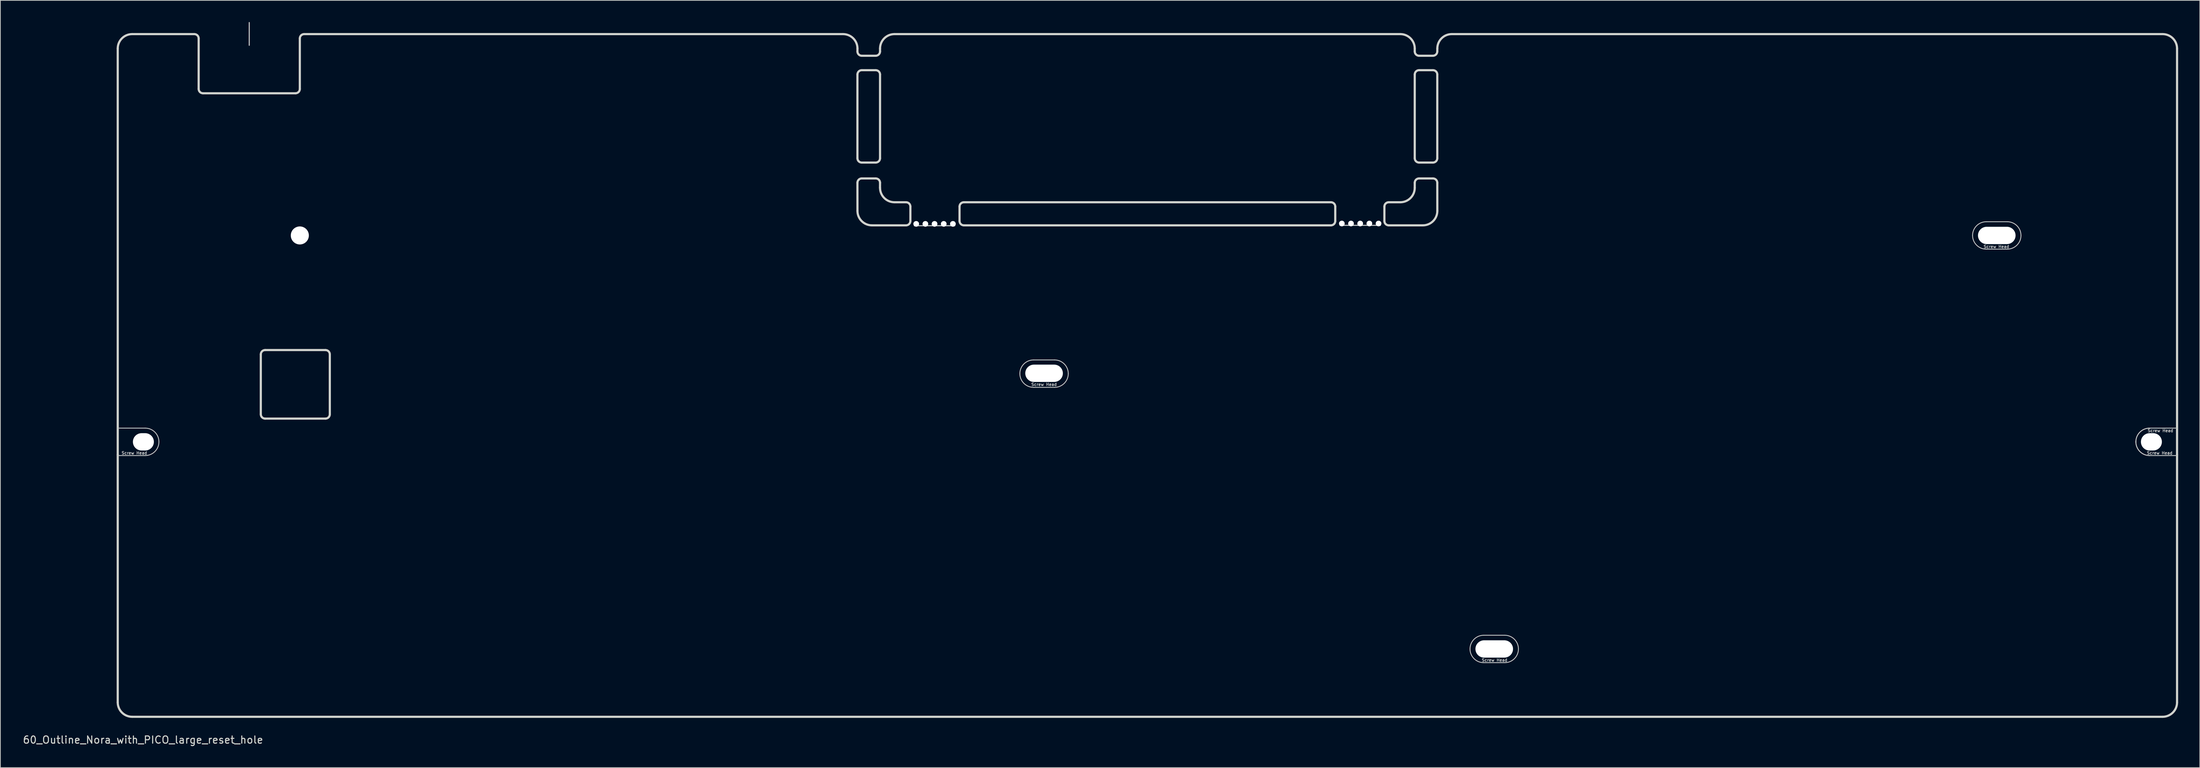
<source format=kicad_pcb>
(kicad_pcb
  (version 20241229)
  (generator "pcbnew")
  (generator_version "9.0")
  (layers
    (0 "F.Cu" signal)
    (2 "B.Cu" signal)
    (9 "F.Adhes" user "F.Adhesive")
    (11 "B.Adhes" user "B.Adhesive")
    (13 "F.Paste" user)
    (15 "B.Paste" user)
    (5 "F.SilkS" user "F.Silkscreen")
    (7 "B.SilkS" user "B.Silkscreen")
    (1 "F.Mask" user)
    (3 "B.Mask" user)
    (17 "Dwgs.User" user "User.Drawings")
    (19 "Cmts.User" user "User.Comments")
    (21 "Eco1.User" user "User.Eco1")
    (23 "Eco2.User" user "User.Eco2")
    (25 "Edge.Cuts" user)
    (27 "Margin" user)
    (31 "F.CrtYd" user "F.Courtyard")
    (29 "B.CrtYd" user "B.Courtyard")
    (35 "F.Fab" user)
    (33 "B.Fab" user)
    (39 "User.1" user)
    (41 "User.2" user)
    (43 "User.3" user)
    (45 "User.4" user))
  (footprint "60_Outline_Nora_with_PICO_large_reset_hole"
    (layer "F.Cu")
    (at 155.744 48.975)
    (property "Reference" "60_Outline_Nora_with_PICO_large_reset_hole" (at -139 50.5 0) (layer "Edge.Cuts") (effects (font (size 1 1) (thickness 0.15))))
    (attr through_hole)
    (fp_line (start -142.5 7.3) (end -138.7 7.3) (stroke (width 0.12) (type solid)) (layer "Dwgs.User"))
    (fp_line (start -142.5 11.1) (end -138.7 11.1) (stroke (width 0.12) (type solid)) (layer "Dwgs.User"))
    (fp_line (start -124.3 -48.9) (end -124.3 -45.75) (stroke (width 0.15) (type solid)) (layer "Dwgs.User"))
    (fp_line (start -32.25 -20.75) (end -26.662 -20.75) (stroke (width 0.15) (type solid)) (layer "Dwgs.User"))
    (fp_line (start -15.75 -2.15) (end -12.85 -2.15) (stroke (width 0.12) (type solid)) (layer "Dwgs.User"))
    (fp_line (start -15.75 1.65) (end -12.85 1.65) (stroke (width 0.12) (type solid)) (layer "Dwgs.User"))
    (fp_line (start 26.656 -20.8) (end 32.244 -20.8) (stroke (width 0.15) (type solid)) (layer "Dwgs.User"))
    (fp_line (start 46.55 36) (end 49.45 36) (stroke (width 0.12) (type solid)) (layer "Dwgs.User"))
    (fp_line (start 46.55 39.8) (end 49.45 39.8) (stroke (width 0.12) (type solid)) (layer "Dwgs.User"))
    (fp_line (start 116.1 -21.3) (end 119 -21.3) (stroke (width 0.12) (type solid)) (layer "Dwgs.User"))
    (fp_line (start 116.1 -17.5) (end 119 -17.5) (stroke (width 0.12) (type solid)) (layer "Dwgs.User"))
    (fp_line (start 138.7 7.3) (end 142.5 7.3) (stroke (width 0.12) (type solid)) (layer "Dwgs.User"))
    (fp_line (start 138.7 11.1) (end 142.5 11.1) (stroke (width 0.12) (type solid)) (layer "Dwgs.User"))
    (fp_arc (start -138.7 7.3) (mid -137.356497 7.856497) (end -136.8 9.2) (stroke (width 0.12) (type solid)) (layer "Dwgs.User"))
    (fp_arc (start -136.8 9.2) (mid -137.356497 10.543503) (end -138.7 11.1) (stroke (width 0.12) (type solid)) (layer "Dwgs.User"))
    (fp_arc (start -17.65 -0.25) (mid -17.093503 -1.593503) (end -15.75 -2.15) (stroke (width 0.12) (type solid)) (layer "Dwgs.User"))
    (fp_arc (start -15.75 1.65) (mid -17.093503 1.093503) (end -17.65 -0.25) (stroke (width 0.12) (type solid)) (layer "Dwgs.User"))
    (fp_arc (start -12.85 -2.15) (mid -11.506497 -1.593503) (end -10.95 -0.25) (stroke (width 0.12) (type solid)) (layer "Dwgs.User"))
    (fp_arc (start -10.95 -0.25) (mid -11.506497 1.093503) (end -12.85 1.65) (stroke (width 0.12) (type solid)) (layer "Dwgs.User"))
    (fp_arc (start 44.65 37.9) (mid 45.206497 36.556497) (end 46.55 36) (stroke (width 0.12) (type solid)) (layer "Dwgs.User"))
    (fp_arc (start 46.55 39.8) (mid 45.206497 39.243503) (end 44.65 37.9) (stroke (width 0.12) (type solid)) (layer "Dwgs.User"))
    (fp_arc (start 49.45 36) (mid 50.793503 36.556497) (end 51.35 37.9) (stroke (width 0.12) (type solid)) (layer "Dwgs.User"))
    (fp_arc (start 51.35 37.9) (mid 50.793503 39.243503) (end 49.45 39.8) (stroke (width 0.12) (type solid)) (layer "Dwgs.User"))
    (fp_arc (start 114.2 -19.4) (mid 114.756497 -20.743503) (end 116.1 -21.3) (stroke (width 0.12) (type solid)) (layer "Dwgs.User"))
    (fp_arc (start 116.1 -17.5) (mid 114.756497 -18.056497) (end 114.2 -19.4) (stroke (width 0.12) (type solid)) (layer "Dwgs.User"))
    (fp_arc (start 119 -21.3) (mid 120.343503 -20.743503) (end 120.9 -19.4) (stroke (width 0.12) (type solid)) (layer "Dwgs.User"))
    (fp_arc (start 120.9 -19.4) (mid 120.343503 -18.056497) (end 119 -17.5) (stroke (width 0.12) (type solid)) (layer "Dwgs.User"))
    (fp_arc (start 136.8 9.2) (mid 137.356497 7.856497) (end 138.7 7.3) (stroke (width 0.12) (type solid)) (layer "Dwgs.User"))
    (fp_arc (start 136.8 9.2) (mid 137.356497 7.856497) (end 138.7 7.3) (stroke (width 0.12) (type solid)) (layer "Dwgs.User"))
    (fp_arc (start 138.7 11.1) (mid 137.356497 10.543503) (end 136.8 9.2) (stroke (width 0.12) (type solid)) (layer "Dwgs.User"))
    (fp_arc (start 138.7 11.1) (mid 137.356497 10.543503) (end 136.8 9.2) (stroke (width 0.12) (type solid)) (layer "Dwgs.User"))
    (fp_line (start -132.3 -47.3) (end -124.3 -47.3) (stroke (width 0.12) (type solid)) (layer "Eco1.User"))
    (fp_line (start -124.3 -47.3) (end -116.3 -47.3) (stroke (width 0.12) (type solid)) (layer "Eco1.User"))
    (fp_line (start -58.65 45.025) (end -58.65 40.025) (stroke (width 0.12) (type solid)) (layer "Eco1.User"))
    (fp_line (start -55.895 42.525) (end -61.395 42.525) (stroke (width 0.12) (type solid)) (layer "Eco1.User"))
    (fp_line (start -51.125 -43.075) (end -44.125 -43.075) (stroke (width 0.12) (type solid)) (layer "Eco1.User"))
    (fp_line (start -47.625 -40.8) (end -47.625 -45.8) (stroke (width 0.12) (type solid)) (layer "Eco1.User"))
    (fp_line (start 42.895 45.025) (end 42.895 40.025) (stroke (width 0.12) (type solid)) (layer "Eco1.User"))
    (fp_line (start 45.325 -43.075) (end 50.125 -43.075) (stroke (width 0.12) (type solid)) (layer "Eco1.User"))
    (fp_line (start 45.65 42.525) (end 40.15 42.525) (stroke (width 0.12) (type solid)) (layer "Eco1.User"))
    (fp_line (start 47.62 -40.5) (end 47.62 -45.5) (stroke (width 0.12) (type solid)) (layer "Eco1.User"))
    (fp_line (start 81.245 45.025) (end 81.245 40.025) (stroke (width 0.12) (type solid)) (layer "Eco1.User"))
    (fp_line (start 84 42.525) (end 78.5 42.525) (stroke (width 0.12) (type solid)) (layer "Eco1.User"))
    (fp_line (start -142.5 11) (end -142.5 -45.3) (stroke (width 0.3) (type solid)) (layer "Edge.Cuts"))
    (fp_line (start -142.5 45.3) (end -142.5 11) (stroke (width 0.3) (type solid)) (layer "Edge.Cuts"))
    (fp_line (start -131.9 -47.3) (end -140.5 -47.3) (stroke (width 0.3) (type solid)) (layer "Edge.Cuts"))
    (fp_line (start -131.3 -39.7) (end -131.3 -46.7) (stroke (width 0.3) (type solid)) (layer "Edge.Cuts"))
    (fp_line (start -130.7 -39.1) (end -117.9 -39.1) (stroke (width 0.3) (type solid)) (layer "Edge.Cuts"))
    (fp_line (start -122.7 5.38) (end -122.7 -2.92) (stroke (width 0.3) (type solid)) (layer "Edge.Cuts"))
    (fp_line (start -122.1 5.98) (end -113.75 5.98) (stroke (width 0.3) (type solid)) (layer "Edge.Cuts"))
    (fp_line (start -117.3 -39.7) (end -117.3 -46.7) (stroke (width 0.3) (type solid)) (layer "Edge.Cuts"))
    (fp_line (start -113.75 -3.52) (end -122.1 -3.52) (stroke (width 0.3) (type solid)) (layer "Edge.Cuts"))
    (fp_line (start -113.15 5.38) (end -113.15 -2.92) (stroke (width 0.3) (type solid)) (layer "Edge.Cuts"))
    (fp_line (start -42.125 -47.3) (end -116.7 -47.3) (stroke (width 0.3) (type solid)) (layer "Edge.Cuts"))
    (fp_line (start -40.13 -44.9) (end -40.125 -45.3) (stroke (width 0.3) (type solid)) (layer "Edge.Cuts"))
    (fp_line (start -40.13 -30.1) (end -40.13 -41.7) (stroke (width 0.3) (type solid)) (layer "Edge.Cuts"))
    (fp_line (start -40.125 -22.8) (end -40.13 -26.7) (stroke (width 0.3) (type solid)) (layer "Edge.Cuts"))
    (fp_line (start -37.6 -44.3) (end -39.53 -44.3) (stroke (width 0.3) (type solid)) (layer "Edge.Cuts"))
    (fp_line (start -37.6 -42.3) (end -39.53 -42.3) (stroke (width 0.3) (type solid)) (layer "Edge.Cuts"))
    (fp_line (start -37.6 -29.5) (end -39.53 -29.5) (stroke (width 0.3) (type solid)) (layer "Edge.Cuts"))
    (fp_line (start -37.6 -27.3) (end -39.53 -27.3) (stroke (width 0.3) (type solid)) (layer "Edge.Cuts"))
    (fp_line (start -37.005 -26) (end -37 -26.7) (stroke (width 0.3) (type solid)) (layer "Edge.Cuts"))
    (fp_line (start -37 -44.9) (end -37 -45.3) (stroke (width 0.3) (type solid)) (layer "Edge.Cuts"))
    (fp_line (start -37 -30.1) (end -37 -41.7) (stroke (width 0.3) (type solid)) (layer "Edge.Cuts"))
    (fp_line (start -35 -24) (end -33.4 -24) (stroke (width 0.3) (type solid)) (layer "Edge.Cuts"))
    (fp_line (start -33.4 -20.8) (end -38.125 -20.8) (stroke (width 0.3) (type solid)) (layer "Edge.Cuts"))
    (fp_line (start -32.8 -21.4) (end -32.8 -23.4) (stroke (width 0.3) (type solid)) (layer "Edge.Cuts"))
    (fp_line (start -26 -21.4) (end -26 -23.4) (stroke (width 0.3) (type solid)) (layer "Edge.Cuts"))
    (fp_line (start -25.4 -24) (end 25.4 -24) (stroke (width 0.3) (type solid)) (layer "Edge.Cuts"))
    (fp_line (start 25.4 -20.8) (end -25.4 -20.8) (stroke (width 0.3) (type solid)) (layer "Edge.Cuts"))
    (fp_line (start 26 -21.4) (end 26 -23.4) (stroke (width 0.3) (type solid)) (layer "Edge.Cuts"))
    (fp_line (start 32.8 -21.4) (end 32.8 -23.4) (stroke (width 0.3) (type solid)) (layer "Edge.Cuts"))
    (fp_line (start 33.4 -24) (end 35 -24) (stroke (width 0.3) (type solid)) (layer "Edge.Cuts"))
    (fp_line (start 33.4 -20.8) (end 38.125 -20.8) (stroke (width 0.3) (type solid)) (layer "Edge.Cuts"))
    (fp_line (start 35 -47.3) (end -35 -47.3) (stroke (width 0.3) (type solid)) (layer "Edge.Cuts"))
    (fp_line (start 37 -44.9) (end 37 -45.3) (stroke (width 0.3) (type solid)) (layer "Edge.Cuts"))
    (fp_line (start 37 -30.1) (end 37 -41.7) (stroke (width 0.3) (type solid)) (layer "Edge.Cuts"))
    (fp_line (start 37 -26) (end 37 -26.7) (stroke (width 0.3) (type solid)) (layer "Edge.Cuts"))
    (fp_line (start 39.52 -44.3) (end 37.6 -44.3) (stroke (width 0.3) (type solid)) (layer "Edge.Cuts"))
    (fp_line (start 39.52 -42.3) (end 37.6 -42.3) (stroke (width 0.3) (type solid)) (layer "Edge.Cuts"))
    (fp_line (start 39.52 -29.5) (end 37.6 -29.5) (stroke (width 0.3) (type solid)) (layer "Edge.Cuts"))
    (fp_line (start 39.52 -27.3) (end 37.6 -27.3) (stroke (width 0.3) (type solid)) (layer "Edge.Cuts"))
    (fp_line (start 40.12 -44.9) (end 40.125 -45.3) (stroke (width 0.3) (type solid)) (layer "Edge.Cuts"))
    (fp_line (start 40.12 -30.1) (end 40.12 -41.7) (stroke (width 0.3) (type solid)) (layer "Edge.Cuts"))
    (fp_line (start 40.125 -22.8) (end 40.12 -26.7) (stroke (width 0.3) (type solid)) (layer "Edge.Cuts"))
    (fp_line (start 140.5 -47.3) (end 42.125 -47.3) (stroke (width 0.3) (type solid)) (layer "Edge.Cuts"))
    (fp_line (start 140.5 47.3) (end -140.5 47.3) (stroke (width 0.3) (type solid)) (layer "Edge.Cuts"))
    (fp_line (start 142.5 11) (end 142.5 -45.3) (stroke (width 0.3) (type solid)) (layer "Edge.Cuts"))
    (fp_line (start 142.5 11) (end 142.5 45.3) (stroke (width 0.3) (type solid)) (layer "Edge.Cuts"))
    (fp_arc (start -142.5 -45.3) (mid -141.914214 -46.714214) (end -140.5 -47.3) (stroke (width 0.3) (type solid)) (layer "Edge.Cuts"))
    (fp_arc (start -140.5 47.3) (mid -141.914214 46.714214) (end -142.5 45.3) (stroke (width 0.3) (type solid)) (layer "Edge.Cuts"))
    (fp_arc (start -131.9 -47.3) (mid -131.475736 -47.124264) (end -131.3 -46.7) (stroke (width 0.3) (type solid)) (layer "Edge.Cuts"))
    (fp_arc (start -130.7 -39.1) (mid -131.124264 -39.275736) (end -131.3 -39.7) (stroke (width 0.3) (type solid)) (layer "Edge.Cuts"))
    (fp_arc (start -122.7 -2.92) (mid -122.524264 -3.344264) (end -122.1 -3.52) (stroke (width 0.3) (type solid)) (layer "Edge.Cuts"))
    (fp_arc (start -122.1 5.98) (mid -122.524264 5.804264) (end -122.7 5.38) (stroke (width 0.3) (type solid)) (layer "Edge.Cuts"))
    (fp_arc (start -117.3 -46.7) (mid -117.124264 -47.124264) (end -116.7 -47.3) (stroke (width 0.3) (type solid)) (layer "Edge.Cuts"))
    (fp_arc (start -117.3 -39.7) (mid -117.475736 -39.275736) (end -117.9 -39.1) (stroke (width 0.3) (type solid)) (layer "Edge.Cuts"))
    (fp_arc (start -113.75 -3.52) (mid -113.325736 -3.344264) (end -113.15 -2.92) (stroke (width 0.3) (type solid)) (layer "Edge.Cuts"))
    (fp_arc (start -113.15 5.38) (mid -113.325736 5.804264) (end -113.75 5.98) (stroke (width 0.3) (type solid)) (layer "Edge.Cuts"))
    (fp_arc (start -42.125 -47.3) (mid -40.710786 -46.714214) (end -40.125 -45.3) (stroke (width 0.3) (type solid)) (layer "Edge.Cuts"))
    (fp_arc (start -40.13 -41.7) (mid -39.954264 -42.124264) (end -39.53 -42.3) (stroke (width 0.3) (type solid)) (layer "Edge.Cuts"))
    (fp_arc (start -40.13 -26.7) (mid -39.954264 -27.124264) (end -39.53 -27.3) (stroke (width 0.3) (type solid)) (layer "Edge.Cuts"))
    (fp_arc (start -39.53 -44.3) (mid -39.954264 -44.475736) (end -40.13 -44.9) (stroke (width 0.3) (type solid)) (layer "Edge.Cuts"))
    (fp_arc (start -39.53 -29.5) (mid -39.954264 -29.675736) (end -40.13 -30.1) (stroke (width 0.3) (type solid)) (layer "Edge.Cuts"))
    (fp_arc (start -38.125 -20.8) (mid -39.539214 -21.385786) (end -40.125 -22.8) (stroke (width 0.3) (type solid)) (layer "Edge.Cuts"))
    (fp_arc (start -37.6 -42.3) (mid -37.175736 -42.124264) (end -37 -41.7) (stroke (width 0.3) (type solid)) (layer "Edge.Cuts"))
    (fp_arc (start -37.6 -27.3) (mid -37.175736 -27.124264) (end -37 -26.7) (stroke (width 0.3) (type solid)) (layer "Edge.Cuts"))
    (fp_arc (start -37 -45.3) (mid -36.414214 -46.714214) (end -35 -47.3) (stroke (width 0.3) (type solid)) (layer "Edge.Cuts"))
    (fp_arc (start -37 -44.9) (mid -37.175736 -44.475736) (end -37.6 -44.3) (stroke (width 0.3) (type solid)) (layer "Edge.Cuts"))
    (fp_arc (start -37 -30.1) (mid -37.175736 -29.675736) (end -37.6 -29.5) (stroke (width 0.3) (type solid)) (layer "Edge.Cuts"))
    (fp_arc (start -35 -24) (mid -36.414214 -24.585786) (end -37 -26) (stroke (width 0.3) (type solid)) (layer "Edge.Cuts"))
    (fp_arc (start -33.4 -24) (mid -32.975736 -23.824264) (end -32.8 -23.4) (stroke (width 0.3) (type solid)) (layer "Edge.Cuts"))
    (fp_arc (start -32.8 -21.4) (mid -32.975736 -20.975736) (end -33.4 -20.8) (stroke (width 0.3) (type solid)) (layer "Edge.Cuts"))
    (fp_arc (start -26 -23.4) (mid -25.824264 -23.824264) (end -25.4 -24) (stroke (width 0.3) (type solid)) (layer "Edge.Cuts"))
    (fp_arc (start -25.4 -20.8) (mid -25.824264 -20.975736) (end -26 -21.4) (stroke (width 0.3) (type solid)) (layer "Edge.Cuts"))
    (fp_arc (start 25.4 -24) (mid 25.824264 -23.824264) (end 26 -23.4) (stroke (width 0.3) (type solid)) (layer "Edge.Cuts"))
    (fp_arc (start 26 -21.4) (mid 25.824264 -20.975736) (end 25.4 -20.8) (stroke (width 0.3) (type solid)) (layer "Edge.Cuts"))
    (fp_arc (start 32.8 -23.4) (mid 32.975736 -23.824264) (end 33.4 -24) (stroke (width 0.3) (type solid)) (layer "Edge.Cuts"))
    (fp_arc (start 33.4 -20.8) (mid 32.975736 -20.975736) (end 32.8 -21.4) (stroke (width 0.3) (type solid)) (layer "Edge.Cuts"))
    (fp_arc (start 35 -47.3) (mid 36.414214 -46.714214) (end 37 -45.3) (stroke (width 0.3) (type solid)) (layer "Edge.Cuts"))
    (fp_arc (start 37 -41.7) (mid 37.175736 -42.124264) (end 37.6 -42.3) (stroke (width 0.3) (type solid)) (layer "Edge.Cuts"))
    (fp_arc (start 37 -26.7) (mid 37.175736 -27.124264) (end 37.6 -27.3) (stroke (width 0.3) (type solid)) (layer "Edge.Cuts"))
    (fp_arc (start 37 -26) (mid 36.414214 -24.585786) (end 35 -24) (stroke (width 0.3) (type solid)) (layer "Edge.Cuts"))
    (fp_arc (start 37.6 -44.3) (mid 37.175736 -44.475736) (end 37 -44.9) (stroke (width 0.3) (type solid)) (layer "Edge.Cuts"))
    (fp_arc (start 37.6 -29.5) (mid 37.175736 -29.675736) (end 37 -30.1) (stroke (width 0.3) (type solid)) (layer "Edge.Cuts"))
    (fp_arc (start 39.52 -42.3) (mid 39.944264 -42.124264) (end 40.12 -41.7) (stroke (width 0.3) (type solid)) (layer "Edge.Cuts"))
    (fp_arc (start 39.52 -27.3) (mid 39.944264 -27.124264) (end 40.12 -26.7) (stroke (width 0.3) (type solid)) (layer "Edge.Cuts"))
    (fp_arc (start 40.12 -44.9) (mid 39.944264 -44.475736) (end 39.52 -44.3) (stroke (width 0.3) (type solid)) (layer "Edge.Cuts"))
    (fp_arc (start 40.12 -30.1) (mid 39.944264 -29.675736) (end 39.52 -29.5) (stroke (width 0.3) (type solid)) (layer "Edge.Cuts"))
    (fp_arc (start 40.125 -45.3) (mid 40.710786 -46.714214) (end 42.125 -47.3) (stroke (width 0.3) (type solid)) (layer "Edge.Cuts"))
    (fp_arc (start 40.125 -22.8) (mid 39.539214 -21.385786) (end 38.125 -20.8) (stroke (width 0.3) (type solid)) (layer "Edge.Cuts"))
    (fp_arc (start 140.5 -47.3) (mid 141.914214 -46.714214) (end 142.5 -45.3) (stroke (width 0.3) (type solid)) (layer "Edge.Cuts"))
    (fp_arc (start 142.5 45.3) (mid 141.914214 46.714214) (end 140.5 47.3) (stroke (width 0.3) (type solid)) (layer "Edge.Cuts"))
    (fp_text user "Screw Head" (at 140.1 10.75 0) (layer "Dwgs.User") (effects (font (size 0.4 0.4) (thickness 0.08))))
    (fp_text user "Screw Head" (at 117.5 -17.85 0) (layer "Dwgs.User") (effects (font (size 0.4 0.4) (thickness 0.08))))
    (fp_text user "Screw Head" (at -14.3 1.25 0) (layer "Dwgs.User") (effects (font (size 0.4 0.4) (thickness 0.08))))
    (fp_text user "Screw Head" (at 48.05 39.45 0) (layer "Dwgs.User") (effects (font (size 0.4 0.4) (thickness 0.08))))
    (fp_text user "Screw Head" (at 140.2 7.65 180) (layer "Dwgs.User") (effects (font (size 0.4 0.4) (thickness 0.08))))
    (fp_text user "Screw Head" (at -140.2 10.75 0) (layer "Dwgs.User") (effects (font (size 0.4 0.4) (thickness 0.08))))
    (fp_text user "M2 2.2mm Hole" (at 43 46 0) (layer "Eco1.User") (effects (font (size 1 1) (thickness 0.15))))
    (fp_text user "M2 2.2mm Hole" (at -47.125 -39.5 0) (layer "Eco1.User") (effects (font (size 1 1) (thickness 0.15))))
    (fp_text user "M2 2.2mm Hole" (at -58.395 46 0) (layer "Eco1.User") (effects (font (size 1 1) (thickness 0.15))))
    (fp_text user "!! NO COPPER  HERE !!" (at 0 -36 0) (layer "Eco1.User") (effects (font (size 3.6 3.6) (thickness 0.8))))
    (fp_text user "M2 2.2mm Hole" (at 81.5 46 0) (layer "Eco1.User") (effects (font (size 1 1) (thickness 0.15))))
    (fp_text user "M2 2.2mm Hole" (at 47.875 -39.5 0) (layer "Eco1.User") (effects (font (size 1 1) (thickness 0.15))))
    (pad "" np_thru_hole oval (at -138.95 9.2) (size 2.9 2.4) (drill oval 2.9 2.4) (layers "*.Cu" "*.Mask"))
    (pad "" np_thru_hole circle (at -117.3 -19.4) (size 2.499 2.499) (drill 2.499) (layers "*.Cu" "*.Mask"))
    (pad "" np_thru_hole circle (at -31.996 -21.004) (size 0.787 0.787) (drill 0.787) (layers "*.Cu" "*.Mask"))
    (pad "" np_thru_hole circle (at -30.726 -21.004) (size 0.787 0.787) (drill 0.787) (layers "*.Cu" "*.Mask"))
    (pad "" np_thru_hole circle (at -29.456 -21.004) (size 0.787 0.787) (drill 0.787) (layers "*.Cu" "*.Mask"))
    (pad "" np_thru_hole circle (at -28.186 -21.004) (size 0.787 0.787) (drill 0.787) (layers "*.Cu" "*.Mask"))
    (pad "" np_thru_hole circle (at -26.916 -21.004) (size 0.787 0.787) (drill 0.787) (layers "*.Cu" "*.Mask"))
    (pad "" np_thru_hole oval (at -14.3 -0.3) (size 5.2 2.4) (drill oval 5.2 2.4) (layers "*.Cu" "*.Mask"))
    (pad "" np_thru_hole circle (at 26.91 -21.054) (size 0.787 0.787) (drill 0.787) (layers "*.Cu" "*.Mask"))
    (pad "" np_thru_hole circle (at 28.18 -21.054) (size 0.787 0.787) (drill 0.787) (layers "*.Cu" "*.Mask"))
    (pad "" np_thru_hole circle (at 29.45 -21.054) (size 0.787 0.787) (drill 0.787) (layers "*.Cu" "*.Mask"))
    (pad "" np_thru_hole circle (at 30.72 -21.054) (size 0.787 0.787) (drill 0.787) (layers "*.Cu" "*.Mask"))
    (pad "" np_thru_hole circle (at 31.99 -21.054) (size 0.787 0.787) (drill 0.787) (layers "*.Cu" "*.Mask"))
    (pad "" np_thru_hole oval (at 48 37.9) (size 5.2 2.4) (drill oval 5.2 2.4) (layers "*.Cu" "*.Mask"))
    (pad "" np_thru_hole oval (at 117.55 -19.4) (size 5.2 2.4) (drill oval 5.2 2.4) (layers "*.Cu" "*.Mask"))
    (pad "" np_thru_hole oval (at 138.95 9.2 180) (size 2.9 2.4) (drill oval 2.9 2.4) (layers "*.Cu" "*.Mask")))
  (gr_rect
    (start -3 -3)
    (end 301.394 103.323)
    (stroke (width 0.1) (type default))
    (fill no)
    (layer "Edge.Cuts")))
</source>
